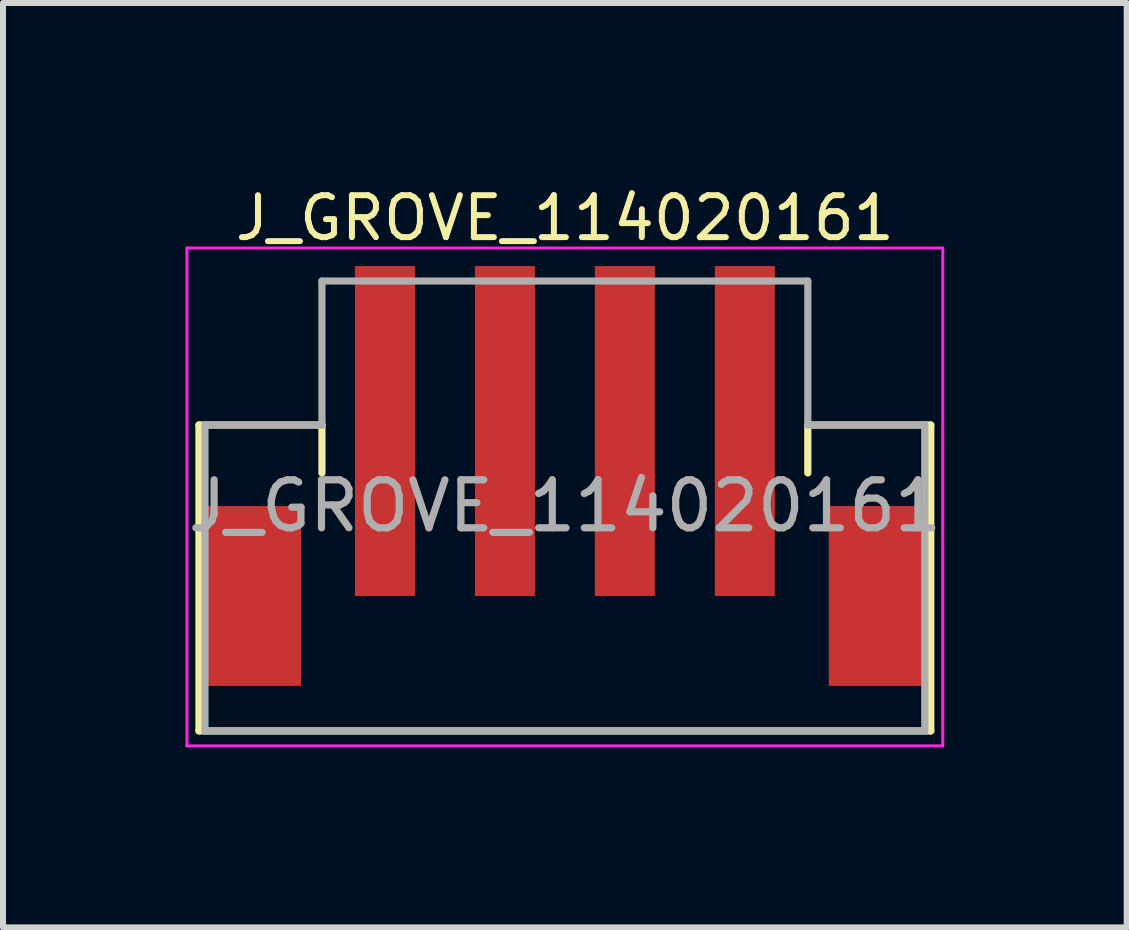
<source format=kicad_pcb>
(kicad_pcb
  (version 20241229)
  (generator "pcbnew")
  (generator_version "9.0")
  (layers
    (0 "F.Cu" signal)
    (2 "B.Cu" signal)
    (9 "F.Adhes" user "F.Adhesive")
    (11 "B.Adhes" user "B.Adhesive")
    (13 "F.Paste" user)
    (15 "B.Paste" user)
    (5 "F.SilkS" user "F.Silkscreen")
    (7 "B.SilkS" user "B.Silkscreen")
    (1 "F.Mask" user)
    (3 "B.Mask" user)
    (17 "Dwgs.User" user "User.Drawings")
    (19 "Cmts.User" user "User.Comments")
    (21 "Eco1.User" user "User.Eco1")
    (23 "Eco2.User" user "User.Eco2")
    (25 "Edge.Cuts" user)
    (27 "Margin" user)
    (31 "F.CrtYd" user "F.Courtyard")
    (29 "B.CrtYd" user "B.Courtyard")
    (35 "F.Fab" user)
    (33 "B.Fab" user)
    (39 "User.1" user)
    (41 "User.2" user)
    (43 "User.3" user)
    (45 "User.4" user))
  (footprint "J_GROVE_114020161"
    (layer "F.Cu")
    (at 6.367 5.385)
    (property "Reference" "J_GROVE_114020161" (at 0 -4.8 0) (layer "F.SilkS") (effects (font (size 0.7 0.7) (thickness 0.1))))
    (attr smd)
    (fp_line (start -6.1 -1.35) (end -6.1 3.75) (stroke (width 0.12) (type solid)) (layer "F.SilkS"))
    (fp_line (start -6.1 3.75) (end 6.1 3.75) (stroke (width 0.12) (type solid)) (layer "F.SilkS"))
    (fp_line (start -4.05 -1.35) (end -6.1 -1.35) (stroke (width 0.12) (type solid)) (layer "F.SilkS"))
    (fp_line (start -4.05 -1.35) (end -4.05 -0.55) (stroke (width 0.12) (type solid)) (layer "F.SilkS"))
    (fp_line (start 4.05 -1.35) (end 4.05 -0.55) (stroke (width 0.12) (type solid)) (layer "F.SilkS"))
    (fp_line (start 6.1 -1.35) (end 4.05 -1.35) (stroke (width 0.12) (type solid)) (layer "F.SilkS"))
    (fp_line (start 6.1 3.75) (end 6.1 -1.35) (stroke (width 0.12) (type solid)) (layer "F.SilkS"))
    (fp_line (start -6.3 4) (end -6.3 -4.3) (stroke (width 0.05) (type solid)) (layer "F.CrtYd"))
    (fp_line (start -6.3 4) (end 6.3 4) (stroke (width 0.05) (type solid)) (layer "F.CrtYd"))
    (fp_line (start 6.3 -4.3) (end -6.3 -4.3) (stroke (width 0.05) (type solid)) (layer "F.CrtYd"))
    (fp_line (start 6.3 -4.3) (end 6.3 4) (stroke (width 0.05) (type solid)) (layer "F.CrtYd"))
    (fp_line (start -6 -1.35) (end -6 3.75) (stroke (width 0.12) (type solid)) (layer "F.Fab"))
    (fp_line (start -6 3.75) (end 6 3.75) (stroke (width 0.12) (type solid)) (layer "F.Fab"))
    (fp_line (start -4.05 -3.75) (end -4.05 -1.35) (stroke (width 0.12) (type solid)) (layer "F.Fab"))
    (fp_line (start -4.05 -1.35) (end -6 -1.35) (stroke (width 0.12) (type solid)) (layer "F.Fab"))
    (fp_line (start 4.05 -3.75) (end -4.05 -3.75) (stroke (width 0.12) (type solid)) (layer "F.Fab"))
    (fp_line (start 4.05 -1.35) (end 4.05 -3.75) (stroke (width 0.12) (type solid)) (layer "F.Fab"))
    (fp_line (start 6 -1.35) (end 4.05 -1.35) (stroke (width 0.12) (type solid)) (layer "F.Fab"))
    (fp_line (start 6 3.75) (end 6 -1.35) (stroke (width 0.12) (type solid)) (layer "F.Fab"))
    (fp_text user "${REFERENCE}" (at 0 0 0) (layer "F.Fab") (effects (font (size 0.8 0.8) (thickness 0.12))))
    (pad "1" smd rect (at 3 -1.25) (size 1 5.5) (layers "F.Cu" "F.Mask" "F.Paste"))
    (pad "2" smd rect (at 1 -1.25) (size 1 5.5) (layers "F.Cu" "F.Mask" "F.Paste"))
    (pad "3" smd rect (at -1 -1.25) (size 1 5.5) (layers "F.Cu" "F.Mask" "F.Paste"))
    (pad "4" smd rect (at -3 -1.25) (size 1 5.5) (layers "F.Cu" "F.Mask" "F.Paste"))
    (pad "5" smd rect (at -5.2 1.5) (size 1.6 3) (layers "F.Cu" "F.Mask" "F.Paste"))
    (pad "6" smd rect (at 5.2 1.5) (size 1.6 3) (layers "F.Cu" "F.Mask" "F.Paste")))
  (gr_rect
    (start -3 -3)
    (end 15.733 12.41)
    (stroke (width 0.1) (type default))
    (fill no)
    (layer "Edge.Cuts")))
</source>
